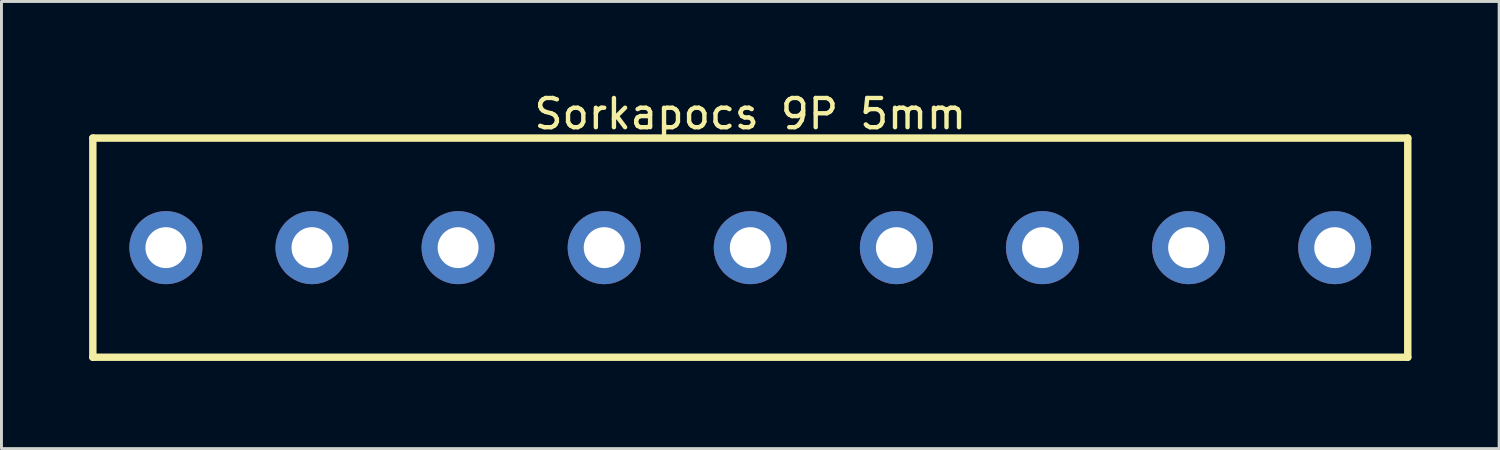
<source format=kicad_pcb>
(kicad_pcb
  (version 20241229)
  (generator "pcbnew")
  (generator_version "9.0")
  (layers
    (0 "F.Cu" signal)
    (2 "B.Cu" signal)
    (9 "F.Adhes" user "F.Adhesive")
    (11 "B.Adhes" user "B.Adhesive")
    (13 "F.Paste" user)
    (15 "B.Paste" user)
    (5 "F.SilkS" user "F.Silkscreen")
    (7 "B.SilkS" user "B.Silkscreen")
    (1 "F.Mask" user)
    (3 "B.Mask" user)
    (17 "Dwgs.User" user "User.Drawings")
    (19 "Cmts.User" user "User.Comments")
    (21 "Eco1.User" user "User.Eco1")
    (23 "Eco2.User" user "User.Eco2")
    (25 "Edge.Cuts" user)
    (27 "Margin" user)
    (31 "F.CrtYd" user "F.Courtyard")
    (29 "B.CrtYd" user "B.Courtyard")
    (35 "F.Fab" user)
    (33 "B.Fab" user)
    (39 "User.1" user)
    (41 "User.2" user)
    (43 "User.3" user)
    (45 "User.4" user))
  (footprint "Sorkapocs 9P 5mm"
    (layer "F.Cu")
    (at 22.627 5.425)
    (property "Reference" "Sorkapocs 9P 5mm" (at 0 -4.577 0) (layer "F.SilkS") (effects (font (size 1 1) (thickness 0.15))))
    (fp_line (start -22.5 -3.75) (end 22.5 -3.75) (stroke (width 0.254) (type solid)) (layer "F.SilkS"))
    (fp_line (start -22.5 3.75) (end -22.5 -3.75) (stroke (width 0.254) (type solid)) (layer "F.SilkS"))
    (fp_line (start -22.5 3.75) (end 22.5 3.75) (stroke (width 0.254) (type solid)) (layer "F.SilkS"))
    (fp_line (start 22.5 3.75) (end 22.5 -3.75) (stroke (width 0.254) (type solid)) (layer "F.SilkS"))
    (pad "1" thru_hole circle (at -20 0) (size 2.5 2.5) (drill 1.4) (layers "*.Cu" "*.Mask"))
    (pad "2" thru_hole circle (at -15 0) (size 2.5 2.5) (drill 1.4) (layers "*.Cu" "*.Mask"))
    (pad "3" thru_hole circle (at -10 0) (size 2.5 2.5) (drill 1.4) (layers "*.Cu" "*.Mask"))
    (pad "4" thru_hole circle (at -5 0) (size 2.5 2.5) (drill 1.4) (layers "*.Cu" "*.Mask"))
    (pad "5" thru_hole circle (at 0 0) (size 2.5 2.5) (drill 1.4) (layers "*.Cu" "*.Mask"))
    (pad "6" thru_hole circle (at 5 0) (size 2.5 2.5) (drill 1.4) (layers "*.Cu" "*.Mask"))
    (pad "7" thru_hole circle (at 10 0) (size 2.5 2.5) (drill 1.4) (layers "*.Cu" "*.Mask"))
    (pad "8" thru_hole circle (at 15 0) (size 2.5 2.5) (drill 1.4) (layers "*.Cu" "*.Mask"))
    (pad "9" thru_hole circle (at 20 0) (size 2.5 2.5) (drill 1.4) (layers "*.Cu" "*.Mask")))
  (gr_rect
    (start -3 -3)
    (end 48.254 12.302)
    (stroke (width 0.1) (type default))
    (fill no)
    (layer "Edge.Cuts")))
</source>
